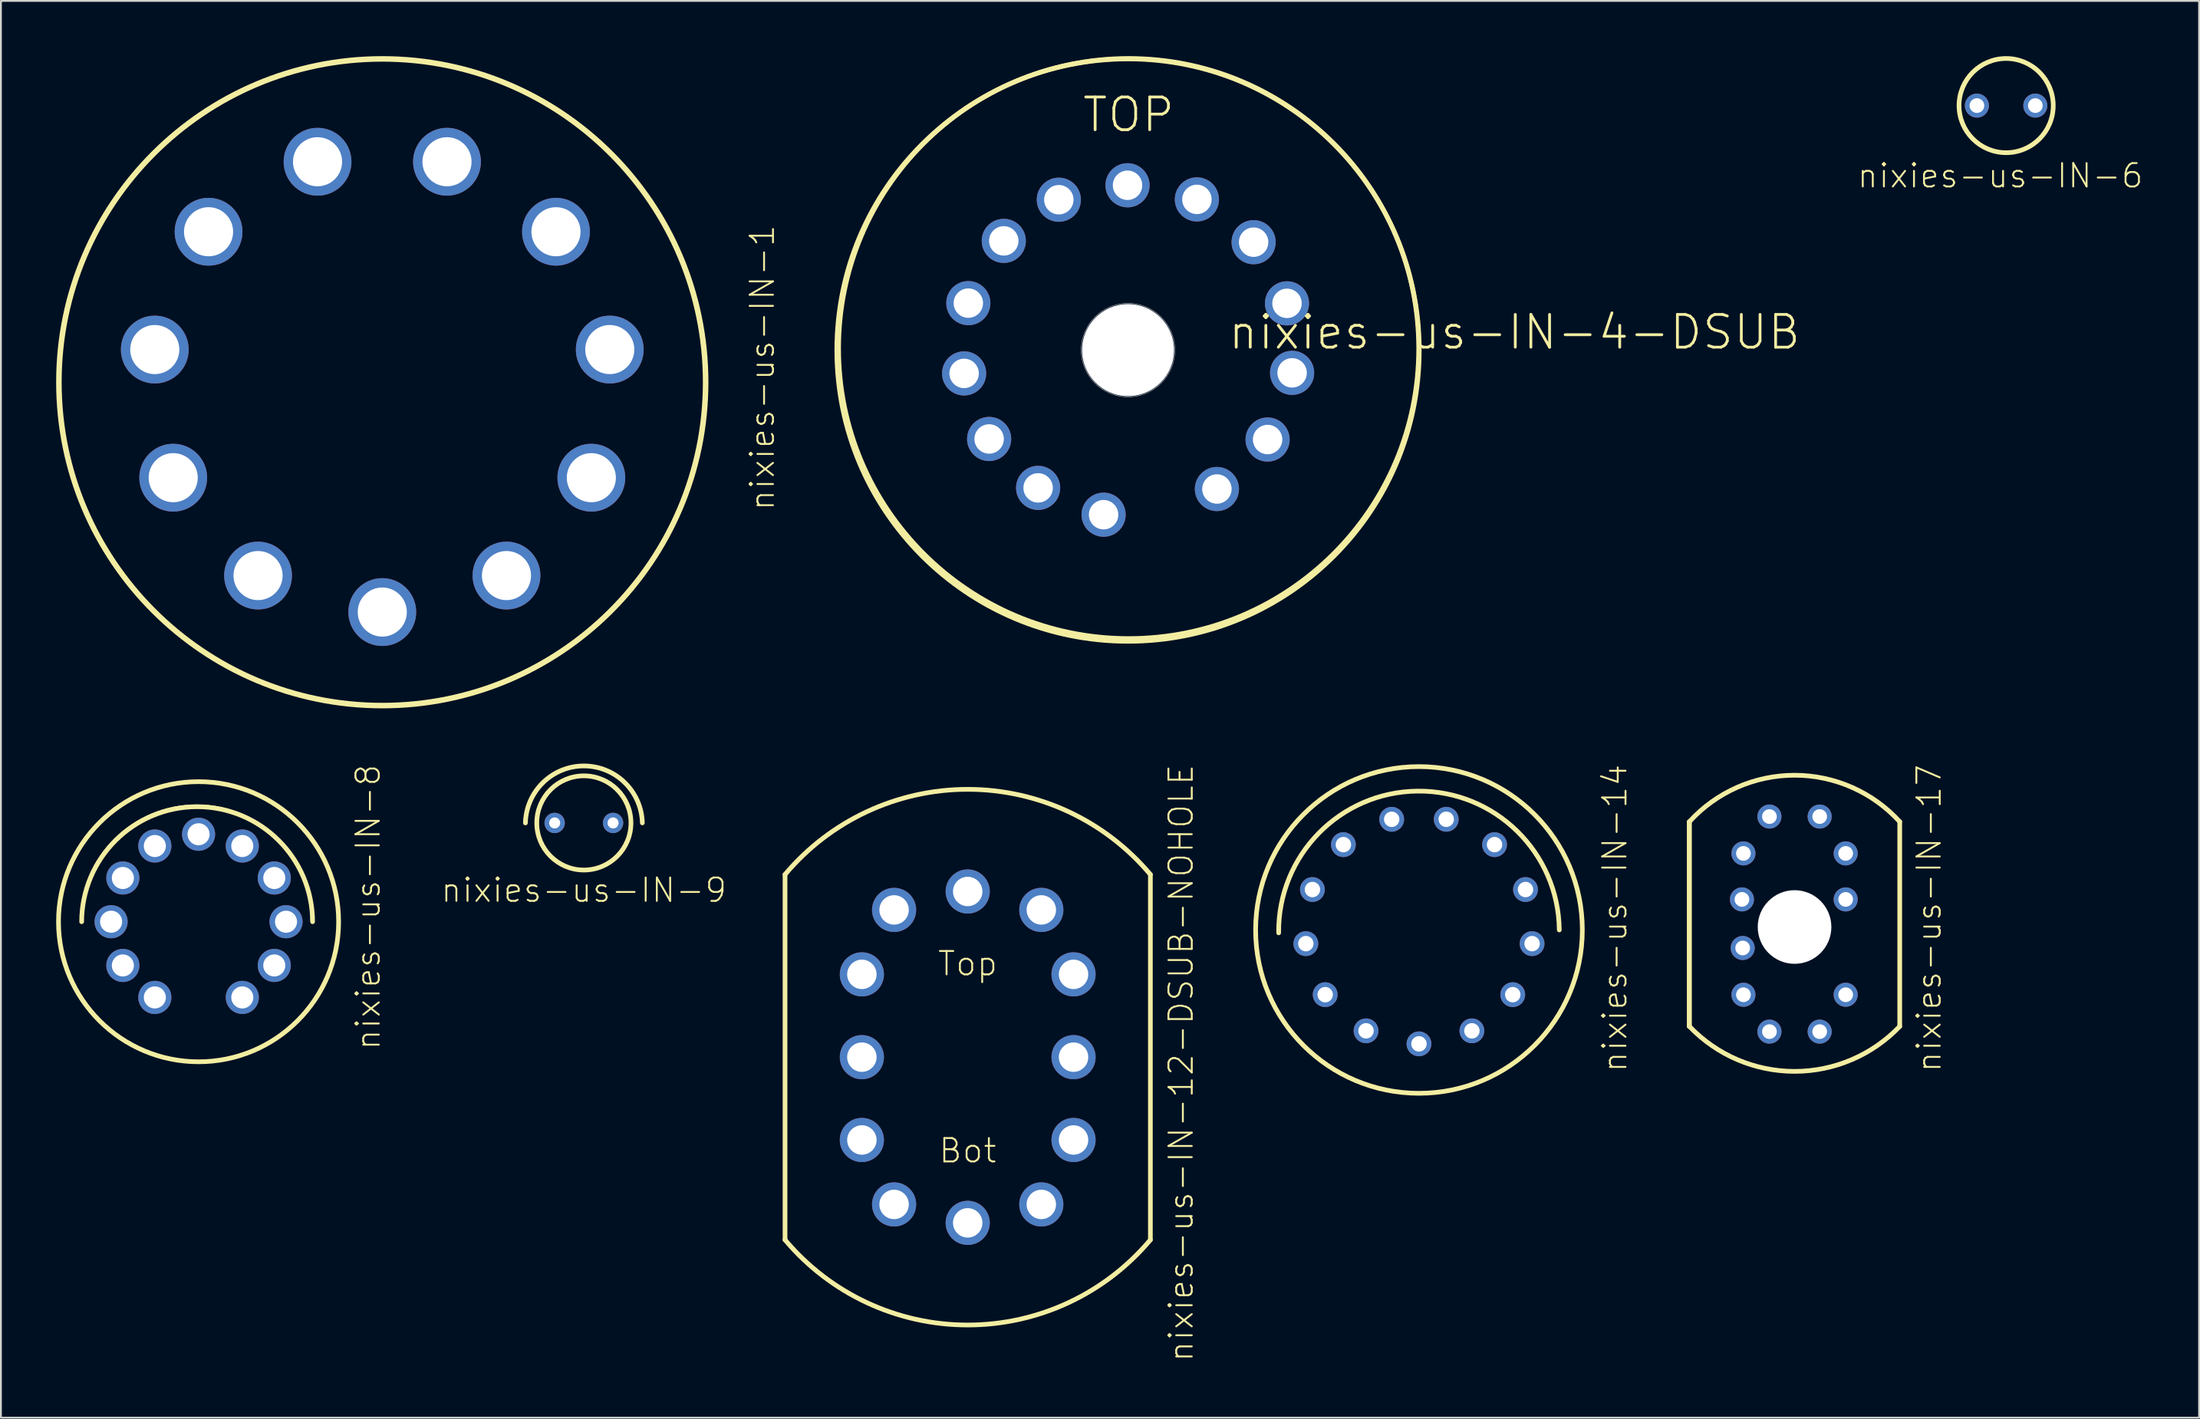
<source format=kicad_pcb>
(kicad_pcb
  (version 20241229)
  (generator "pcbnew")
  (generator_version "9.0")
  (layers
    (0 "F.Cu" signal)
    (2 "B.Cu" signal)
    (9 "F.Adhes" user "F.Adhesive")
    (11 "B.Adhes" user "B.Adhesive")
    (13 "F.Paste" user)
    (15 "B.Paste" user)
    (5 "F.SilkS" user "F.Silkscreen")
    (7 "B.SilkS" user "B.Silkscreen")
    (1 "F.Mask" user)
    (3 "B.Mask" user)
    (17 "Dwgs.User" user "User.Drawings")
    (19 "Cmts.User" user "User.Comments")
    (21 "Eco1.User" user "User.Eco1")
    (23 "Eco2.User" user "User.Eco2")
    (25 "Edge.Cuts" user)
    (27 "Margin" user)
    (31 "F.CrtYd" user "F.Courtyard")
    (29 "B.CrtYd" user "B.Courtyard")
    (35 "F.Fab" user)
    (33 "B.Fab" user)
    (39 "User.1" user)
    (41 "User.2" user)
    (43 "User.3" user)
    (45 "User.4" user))
  (footprint "nixies-us-IN-8"
    (layer "F.Cu")
    (at 7.734 47.012)
    (property "Reference" "nixies-us-IN-8" (at 9.207 -0.792 90) (layer "F.SilkS") (effects (font (size 1.27 1.27) (thickness 0.102))))
    (attr exclude_from_pos_files exclude_from_bom)
    (fp_arc (start -6.35762 -0.08636) (mid -0.094355 -6.319533) (end 6.144282 -0.06171) (stroke (width 0.127) (type solid)) (layer "F.SilkS"))
    (fp_arc (start -6.35 0) (mid -0.07874 -6.27126) (end 6.19252 0) (stroke (width 0.254) (type solid)) (layer "F.SilkS"))
    (fp_circle (center 0 0) (end 0 -7.62) (stroke (width 0.127) (type solid)) (fill no) (layer "F.SilkS"))
    (fp_circle (center 0 0) (end 0 -7.607) (stroke (width 0.254) (type solid)) (fill no) (layer "F.SilkS"))
    (pad "0" thru_hole circle (at -4.112 2.375) (size 1.798 1.798) (drill 1.199) (layers "*.Cu" "*.Mask"))
    (pad "1" thru_hole circle (at 2.375 4.112) (size 1.798 1.798) (drill 1.199) (layers "*.Cu" "*.Mask"))
    (pad "2" thru_hole circle (at 4.112 2.375) (size 1.798 1.798) (drill 1.199) (layers "*.Cu" "*.Mask"))
    (pad "3" thru_hole circle (at 4.75 0) (size 1.798 1.798) (drill 1.199) (layers "*.Cu" "*.Mask"))
    (pad "4" thru_hole circle (at 4.112 -2.375) (size 1.798 1.798) (drill 1.199) (layers "*.Cu" "*.Mask"))
    (pad "5" thru_hole circle (at 2.375 -4.112) (size 1.798 1.798) (drill 1.199) (layers "*.Cu" "*.Mask"))
    (pad "6" thru_hole circle (at 0 -4.75) (size 1.798 1.798) (drill 1.199) (layers "*.Cu" "*.Mask"))
    (pad "7" thru_hole circle (at -2.375 -4.112) (size 1.798 1.798) (drill 1.199) (layers "*.Cu" "*.Mask"))
    (pad "8" thru_hole circle (at -4.112 -2.375) (size 1.798 1.798) (drill 1.199) (layers "*.Cu" "*.Mask"))
    (pad "9" thru_hole circle (at -4.75 0) (size 1.798 1.798) (drill 1.199) (layers "*.Cu" "*.Mask"))
    (pad "A" thru_hole circle (at -2.375 4.112) (size 1.798 1.798) (drill 1.199) (layers "*.Cu" "*.Mask")))
  (footprint "nixies-us-IN-1"
    (layer "F.Cu")
    (at 17.711 17.711)
    (property "Reference" "nixies-us-IN-1" (at 20.637 -0.792 90) (layer "F.SilkS") (effects (font (size 1.27 1.27) (thickness 0.102))))
    (attr exclude_from_pos_files exclude_from_bom)
    (fp_circle (center 0 0) (end 0 -17.562) (stroke (width 0.3) (type solid)) (fill no) (layer "F.SilkS"))
    (pad "0" thru_hole circle (at 0 12.482) (size 3.683 3.683) (drill 2.667) (layers "*.Cu" "*.Mask"))
    (pad "1" thru_hole circle (at -11.354 5.184) (size 3.683 3.683) (drill 2.667) (layers "*.Cu" "*.Mask"))
    (pad "2" thru_hole circle (at -12.355 -1.775) (size 3.683 3.683) (drill 2.667) (layers "*.Cu" "*.Mask"))
    (pad "3" thru_hole circle (at -9.434 -8.174) (size 3.683 3.683) (drill 2.667) (layers "*.Cu" "*.Mask"))
    (pad "4" thru_hole circle (at -3.515 -11.976) (size 3.683 3.683) (drill 2.667) (layers "*.Cu" "*.Mask"))
    (pad "5" thru_hole circle (at 3.515 -11.976) (size 3.683 3.683) (drill 2.667) (layers "*.Cu" "*.Mask"))
    (pad "6" thru_hole circle (at 9.434 -8.174) (size 3.683 3.683) (drill 2.667) (layers "*.Cu" "*.Mask"))
    (pad "7" thru_hole circle (at 12.355 -1.775) (size 3.683 3.683) (drill 2.667) (layers "*.Cu" "*.Mask"))
    (pad "8" thru_hole circle (at 11.354 5.184) (size 3.683 3.683) (drill 2.667) (layers "*.Cu" "*.Mask"))
    (pad "9" thru_hole circle (at 6.746 10.5) (size 3.683 3.683) (drill 2.667) (layers "*.Cu" "*.Mask"))
    (pad "A" thru_hole circle (at -6.746 10.5) (size 3.683 3.683) (drill 2.667) (layers "*.Cu" "*.Mask")))
  (footprint "nixies-us-IN-14"
    (layer "F.Cu")
    (at 74.014 47.459)
    (property "Reference" "nixies-us-IN-14" (at 10.635 -0.635 90) (layer "F.SilkS") (effects (font (size 1.27 1.27) (thickness 0.102))))
    (attr exclude_from_pos_files exclude_from_bom)
    (fp_arc (start -7.62 0.15748) (mid -0.07874 -7.54126) (end 7.62 0) (stroke (width 0.254) (type solid)) (layer "F.SilkS"))
    (fp_circle (center 0 0) (end 0 -8.872) (stroke (width 0.254) (type solid)) (fill no) (layer "F.SilkS"))
    (pad "0" thru_hole circle (at -5.093 3.515) (size 1.346 1.346) (drill 0.838) (layers "*.Cu" "*.Mask"))
    (pad "1" thru_hole circle (at 5.093 3.515) (size 1.346 1.346) (drill 0.838) (layers "*.Cu" "*.Mask"))
    (pad "2" thru_hole circle (at 6.144 0.744) (size 1.346 1.346) (drill 0.838) (layers "*.Cu" "*.Mask"))
    (pad "3" thru_hole circle (at 5.786 -2.195) (size 1.346 1.346) (drill 0.838) (layers "*.Cu" "*.Mask"))
    (pad "4" thru_hole circle (at 4.105 -4.633) (size 1.346 1.346) (drill 0.838) (layers "*.Cu" "*.Mask"))
    (pad "5" thru_hole circle (at 1.481 -6.01) (size 1.346 1.346) (drill 0.838) (layers "*.Cu" "*.Mask"))
    (pad "6" thru_hole circle (at -1.481 -6.01) (size 1.346 1.346) (drill 0.838) (layers "*.Cu" "*.Mask"))
    (pad "7" thru_hole circle (at -4.105 -4.633) (size 1.346 1.346) (drill 0.838) (layers "*.Cu" "*.Mask"))
    (pad "8" thru_hole circle (at -5.786 -2.195) (size 1.346 1.346) (drill 0.838) (layers "*.Cu" "*.Mask"))
    (pad "9" thru_hole circle (at -6.144 0.744) (size 1.346 1.346) (drill 0.838) (layers "*.Cu" "*.Mask"))
    (pad "A" thru_hole circle (at 0 6.187) (size 1.346 1.346) (drill 0.838) (layers "*.Cu" "*.Mask"))
    (pad "LHDP" thru_hole circle (at 2.875 5.479) (size 1.346 1.346) (drill 0.838) (layers "*.Cu" "*.Mask"))
    (pad "RHDP" thru_hole circle (at -2.875 5.479) (size 1.346 1.346) (drill 0.838) (layers "*.Cu" "*.Mask")))
  (footprint "nixies-us-IN-6"
    (layer "F.Cu")
    (at 105.903 2.685)
    (property "Reference" "nixies-us-IN-6" (at -0.318 3.81 180) (layer "F.SilkS") (effects (font (size 1.27 1.27) (thickness 0.102))))
    (attr exclude_from_pos_files exclude_from_bom)
    (fp_circle (center 0 0) (end 0 -2.558) (stroke (width 0.254) (type solid)) (fill no) (layer "F.SilkS"))
    (pad "A" thru_hole circle (at -1.587 0) (size 1.306 1.306) (drill 0.798) (layers "*.Cu" "*.Mask"))
    (pad "K" thru_hole circle (at 1.585 0) (size 1.306 1.306) (drill 0.798) (layers "*.Cu" "*.Mask")))
  (footprint "nixies-us-IN-4-DSUB"
    (layer "F.Cu")
    (at 58.247 15.88)
    (property "Reference" "nixies-us-IN-4-DSUB" (at 20.955 -0.889 0) (layer "F.SilkS") (effects (font (size 1.778 1.778) (thickness 0.152))))
    (attr exclude_from_pos_files exclude_from_bom)
    (fp_circle (center 0 0) (end 0 -2.54) (stroke (width 0.025) (type solid)) (fill no) (layer "F.Mask"))
    (fp_circle (center 0 0) (end 0 -1.27) (stroke (width 2.54) (type solid)) (fill no) (layer "F.Mask"))
    (fp_circle (center 0 0) (end 0 -1.27) (stroke (width 2.54) (type solid)) (fill no) (layer "B.Mask"))
    (fp_circle (center -0.033 0.086) (end -0.033 -15.73) (stroke (width 0.254) (type solid)) (fill no) (layer "F.SilkS"))
    (fp_circle (center 0 0) (end 0 -15.753) (stroke (width 0.254) (type solid)) (fill no) (layer "F.SilkS"))
    (fp_circle (center -0.033 0.086) (end -0.033 -2.454) (stroke (width 0.025) (type solid)) (fill no) (layer "Dwgs.User"))
    (fp_text user "TOP" (at 0 -12.7 0) (layer "F.SilkS") (effects (font (size 1.778 1.778) (thickness 0.152))))
    (pad "" np_thru_hole circle (at -0.033 0.086) (size 4.999 4.999) (drill 4.999) (layers "*.Cu" "*.Mask"))
    (pad "0" thru_hole circle (at -3.792 -8.082) (size 2.398 2.398) (drill 1.598) (layers "*.Cu" "*.Mask"))
    (pad "1" thru_hole circle (at -1.361 9.025) (size 2.398 2.398) (drill 1.598) (layers "*.Cu" "*.Mask"))
    (pad "2" thru_hole circle (at -6.782 -5.847) (size 2.398 2.398) (drill 1.598) (layers "*.Cu" "*.Mask"))
    (pad "3" thru_hole circle (at -8.936 1.351) (size 2.398 2.398) (drill 1.598) (layers "*.Cu" "*.Mask"))
    (pad "4" thru_hole circle (at 4.793 7.63) (size 2.398 2.398) (drill 1.598) (layers "*.Cu" "*.Mask"))
    (pad "5" thru_hole circle (at -7.577 4.912) (size 2.398 2.398) (drill 1.598) (layers "*.Cu" "*.Mask"))
    (pad "6" thru_hole circle (at 7.546 4.943) (size 2.398 2.398) (drill 1.598) (layers "*.Cu" "*.Mask"))
    (pad "7" thru_hole circle (at 3.706 -8.1) (size 2.398 2.398) (drill 1.598) (layers "*.Cu" "*.Mask"))
    (pad "8" thru_hole circle (at 8.877 1.321) (size 2.398 2.398) (drill 1.598) (layers "*.Cu" "*.Mask"))
    (pad "9" thru_hole circle (at 6.787 -5.776) (size 2.398 2.398) (drill 1.598) (layers "*.Cu" "*.Mask"))
    (pad "A1" thru_hole circle (at -4.917 7.569) (size 2.398 2.398) (drill 1.598) (layers "*.Cu" "*.Mask"))
    (pad "A2" thru_hole circle (at -8.707 -2.466) (size 2.398 2.398) (drill 1.598) (layers "*.Cu" "*.Mask"))
    (pad "A3" thru_hole circle (at 8.6 -2.454) (size 2.398 2.398) (drill 1.598) (layers "*.Cu" "*.Mask"))
    (pad "N/C" thru_hole circle (at -0.061 -8.867) (size 2.398 2.398) (drill 1.598) (layers "*.Cu" "*.Mask")))
  (footprint "nixies-us-IN-12-DSUB-NOHOLE"
    (layer "F.Cu")
    (at 49.506 54.369)
    (property "Reference" "nixies-us-IN-12-DSUB-NOHOLE" (at 11.587 0.318 90) (layer "F.SilkS") (effects (font (size 1.27 1.27) (thickness 0.102))))
    (attr exclude_from_pos_files exclude_from_bom)
    (fp_line (start -9.921 9.921) (end -9.921 -9.921) (stroke (width 0.254) (type solid)) (layer "F.SilkS"))
    (fp_line (start 9.921 -9.921) (end 9.921 9.921) (stroke (width 0.254) (type solid)) (layer "F.SilkS"))
    (fp_arc (start -9.92124 -9.92124) (mid 0.000928 -14.547158) (end 9.922433 -9.919819) (stroke (width 0.254) (type solid)) (layer "F.SilkS"))
    (fp_arc (start 9.92124 9.92124) (mid -0.000928 14.547158) (end -9.922433 9.919819) (stroke (width 0.254) (type solid)) (layer "F.SilkS"))
    (fp_text user "Top" (at 0 -5.08 0) (layer "F.SilkS") (effects (font (size 1.27 1.27) (thickness 0.102))))
    (fp_text user "Bot" (at 0 5.08 0) (layer "F.SilkS") (effects (font (size 1.27 1.27) (thickness 0.102))))
    (pad "0" thru_hole circle (at 5.748 4.498) (size 2.398 2.398) (drill 1.598) (layers "*.Cu" "*.Mask"))
    (pad "1" thru_hole circle (at -3.998 7.998) (size 2.398 2.398) (drill 1.598) (layers "*.Cu" "*.Mask"))
    (pad "2" thru_hole circle (at -5.748 4.498) (size 2.398 2.398) (drill 1.598) (layers "*.Cu" "*.Mask"))
    (pad "3" thru_hole circle (at -5.748 0) (size 2.398 2.398) (drill 1.598) (layers "*.Cu" "*.Mask"))
    (pad "4" thru_hole circle (at -5.748 -4.498) (size 2.398 2.398) (drill 1.598) (layers "*.Cu" "*.Mask"))
    (pad "5" thru_hole circle (at -3.998 -7.998) (size 2.398 2.398) (drill 1.598) (layers "*.Cu" "*.Mask"))
    (pad "6" thru_hole circle (at 0 -8.999) (size 2.398 2.398) (drill 1.598) (layers "*.Cu" "*.Mask"))
    (pad "7" thru_hole circle (at 3.998 -7.998) (size 2.398 2.398) (drill 1.598) (layers "*.Cu" "*.Mask"))
    (pad "8" thru_hole circle (at 5.748 -4.498) (size 2.398 2.398) (drill 1.598) (layers "*.Cu" "*.Mask"))
    (pad "9" thru_hole circle (at 5.748 0) (size 2.398 2.398) (drill 1.598) (layers "*.Cu" "*.Mask"))
    (pad "A" thru_hole circle (at 3.998 7.998) (size 2.398 2.398) (drill 1.598) (layers "*.Cu" "*.Mask"))
    (pad "LHDP" thru_hole circle (at 0 8.999) (size 2.398 2.398) (drill 1.598) (layers "*.Cu" "*.Mask")))
  (footprint "nixies-us-IN-17"
    (layer "F.Cu")
    (at 94.412 47.299)
    (property "Reference" "nixies-us-IN-17" (at 7.303 -0.475 90) (layer "F.SilkS") (effects (font (size 1.27 1.27) (thickness 0.102))))
    (attr exclude_from_pos_files exclude_from_bom)
    (fp_line (start -5.715 -5.715) (end -5.715 5.397) (stroke (width 0.254) (type solid)) (layer "F.SilkS"))
    (fp_line (start -5.715 5.397) (end -5.715 -5.715) (stroke (width 0.254) (type solid)) (layer "F.SilkS"))
    (fp_line (start 5.712 5.397) (end 5.712 -5.715) (stroke (width 0.254) (type solid)) (layer "F.SilkS"))
    (fp_arc (start -5.715 -5.715) (mid -0.002522 -8.24269) (end 5.711605 -5.718731) (stroke (width 0.254) (type solid)) (layer "F.SilkS"))
    (fp_arc (start 5.71246 5.3975) (mid 0.004024 7.841685) (end -5.7069 5.403318) (stroke (width 0.254) (type solid)) (layer "F.SilkS"))
    (pad "" np_thru_hole circle (at 0 0) (size 3.998 3.998) (drill 3.998) (layers "*.Cu" "*.Mask"))
    (pad "0" thru_hole circle (at 2.776 -3.998) (size 1.306 1.306) (drill 0.798) (layers "*.Cu" "*.Mask"))
    (pad "1" thru_hole circle (at 1.364 -5.999) (size 1.306 1.306) (drill 0.798) (layers "*.Cu" "*.Mask"))
    (pad "2" thru_hole circle (at -1.364 -5.999) (size 1.306 1.306) (drill 0.798) (layers "*.Cu" "*.Mask"))
    (pad "3" thru_hole circle (at -2.776 -3.998) (size 1.306 1.306) (drill 0.798) (layers "*.Cu" "*.Mask"))
    (pad "4" thru_hole circle (at -2.857 -1.499) (size 1.306 1.306) (drill 0.798) (layers "*.Cu" "*.Mask"))
    (pad "5" thru_hole circle (at -2.817 1.14) (size 1.306 1.306) (drill 0.798) (layers "*.Cu" "*.Mask"))
    (pad "6" thru_hole circle (at -2.776 3.68) (size 1.306 1.306) (drill 0.798) (layers "*.Cu" "*.Mask"))
    (pad "7" thru_hole circle (at -1.364 5.682) (size 1.306 1.306) (drill 0.798) (layers "*.Cu" "*.Mask"))
    (pad "8" thru_hole circle (at 1.364 5.682) (size 1.306 1.306) (drill 0.798) (layers "*.Cu" "*.Mask"))
    (pad "9" thru_hole circle (at 2.776 3.68) (size 1.306 1.306) (drill 0.798) (layers "*.Cu" "*.Mask"))
    (pad "A" thru_hole circle (at 2.776 -1.499) (size 1.306 1.306) (drill 0.798) (layers "*.Cu" "*.Mask")))
  (footprint "nixies-us-IN-9"
    (layer "F.Cu")
    (at 28.66 41.647)
    (property "Reference" "nixies-us-IN-9" (at 0 3.65 0) (layer "F.SilkS") (effects (font (size 1.27 1.27) (thickness 0.102))))
    (attr exclude_from_pos_files exclude_from_bom)
    (fp_arc (start -3.175 0) (mid -0.001627 -3.097236) (end 3.174918 -0.003253) (stroke (width 0.254) (type solid)) (layer "F.SilkS"))
    (fp_circle (center 0 0) (end 0 -2.558) (stroke (width 0.254) (type solid)) (fill no) (layer "F.SilkS"))
    (pad "A" thru_hole circle (at -1.587 0) (size 1.107 1.107) (drill 0.599) (layers "*.Cu" "*.Mask"))
    (pad "K" thru_hole circle (at 1.585 0) (size 1.107 1.107) (drill 0.599) (layers "*.Cu" "*.Mask")))
  (gr_rect
    (start -3 -3)
    (end 116.382 73.949)
    (stroke (width 0.1) (type default))
    (fill no)
    (layer "Edge.Cuts")))
</source>
